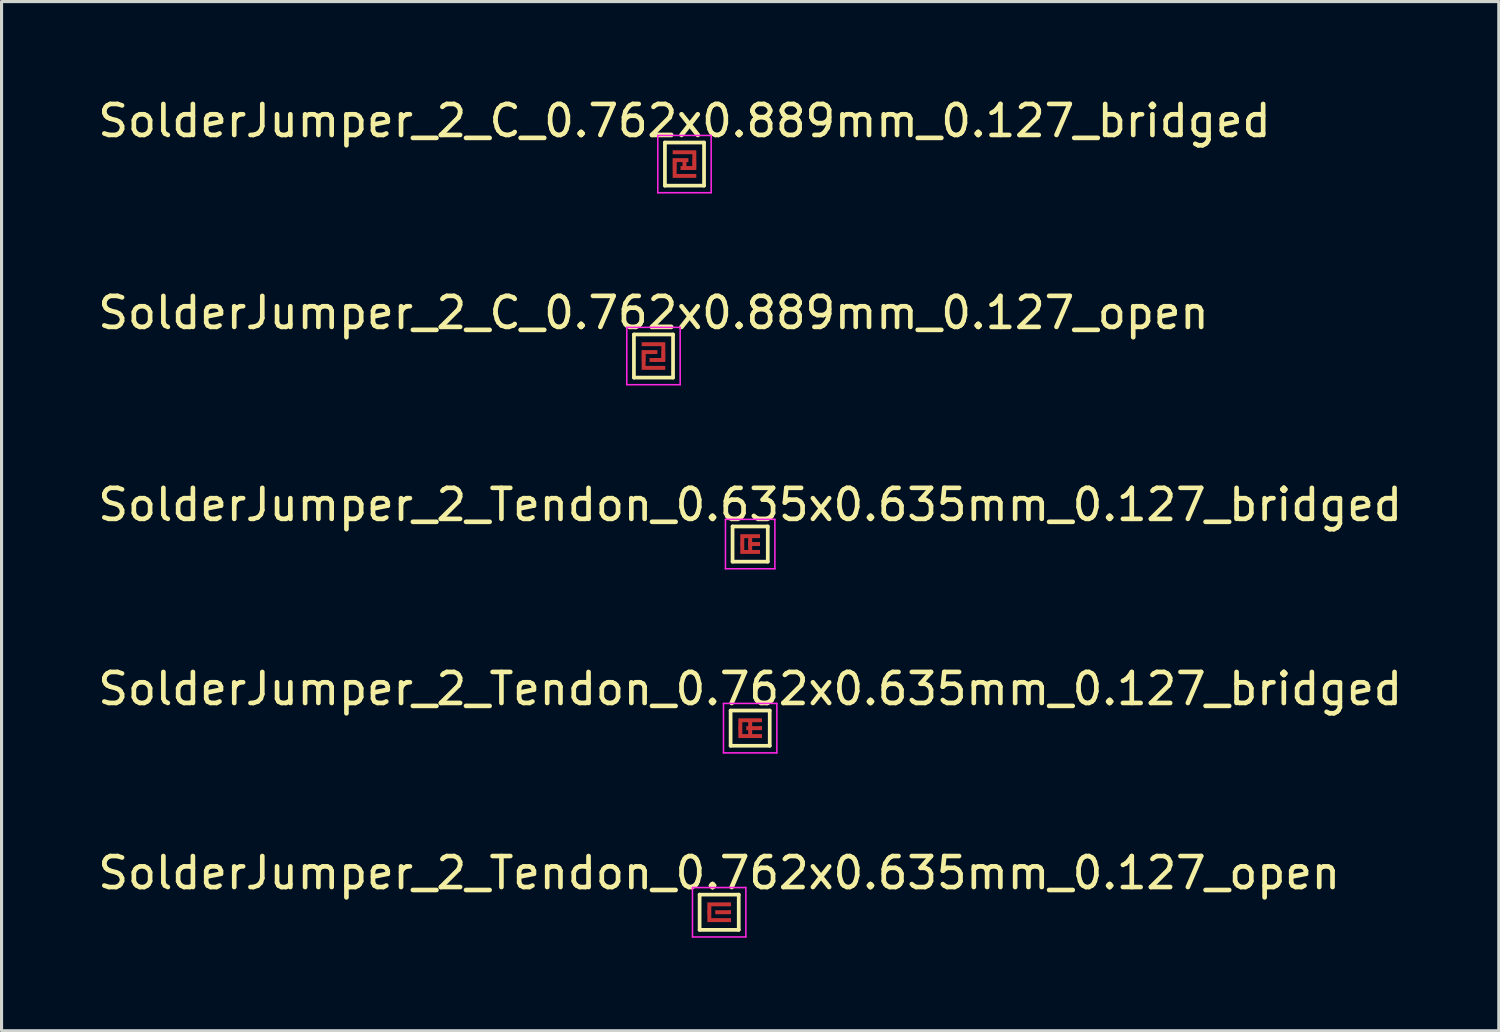
<source format=kicad_pcb>
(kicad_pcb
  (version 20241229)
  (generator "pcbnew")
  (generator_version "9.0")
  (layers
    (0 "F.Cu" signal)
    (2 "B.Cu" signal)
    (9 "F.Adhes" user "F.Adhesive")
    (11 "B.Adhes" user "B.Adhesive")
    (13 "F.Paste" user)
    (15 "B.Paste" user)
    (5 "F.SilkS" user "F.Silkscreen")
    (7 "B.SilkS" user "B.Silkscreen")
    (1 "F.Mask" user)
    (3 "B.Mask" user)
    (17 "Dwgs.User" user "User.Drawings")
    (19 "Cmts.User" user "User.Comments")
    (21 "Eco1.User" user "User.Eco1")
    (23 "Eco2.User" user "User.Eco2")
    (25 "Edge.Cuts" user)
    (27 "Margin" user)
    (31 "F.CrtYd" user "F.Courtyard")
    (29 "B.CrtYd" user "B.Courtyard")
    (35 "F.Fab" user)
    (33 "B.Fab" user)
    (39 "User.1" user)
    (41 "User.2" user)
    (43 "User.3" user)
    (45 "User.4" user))
  (footprint "SolderJumper_2_Tendon_0.762x0.635mm_0.127_open"
    (layer "F.Cu")
    (at 20.149 26.377)
    (property "Reference" "SolderJumper_2_Tendon_0.762x0.635mm_0.127_open" (at 0 -1.268 0) (layer "F.SilkS") (effects (font (size 1 1) (thickness 0.15))))
    (attr through_hole)
    (fp_poly (pts (xy -0.127 0.064) (xy 0.381 0.064) (xy 0.381 -0.064) (xy -0.127 -0.064)) (stroke (width 0) (type solid)) (fill yes) (layer "F.Cu"))
    (fp_poly (pts (xy -0.381 0.318) (xy 0.381 0.318) (xy 0.381 0.191) (xy -0.254 0.191) (xy -0.254 -0.191) (xy 0.381 -0.191) (xy 0.381 -0.318) (xy -0.381 -0.318)) (stroke (width 0) (type solid)) (fill yes) (layer "F.Cu"))
    (fp_poly (pts (xy 0.445 0.381) (xy -0.445 0.381) (xy -0.445 -0.381) (xy 0.445 -0.381)) (stroke (width 0) (type solid)) (fill yes) (layer "F.Mask"))
    (fp_line (start -0.631 -0.568) (end -0.631 0.568) (stroke (width 0.12) (type solid)) (layer "F.SilkS"))
    (fp_line (start -0.631 0.568) (end 0.631 0.568) (stroke (width 0.12) (type solid)) (layer "F.SilkS"))
    (fp_line (start 0.631 -0.568) (end -0.631 -0.568) (stroke (width 0.12) (type solid)) (layer "F.SilkS"))
    (fp_line (start 0.631 0.568) (end 0.631 -0.568) (stroke (width 0.12) (type solid)) (layer "F.SilkS"))
    (fp_line (start -0.861 -0.797) (end -0.861 0.797) (stroke (width 0.05) (type solid)) (layer "F.CrtYd"))
    (fp_line (start -0.861 0.797) (end 0.861 0.797) (stroke (width 0.05) (type solid)) (layer "F.CrtYd"))
    (fp_line (start 0.861 -0.797) (end -0.861 -0.797) (stroke (width 0.05) (type solid)) (layer "F.CrtYd"))
    (fp_line (start 0.861 0.797) (end 0.861 -0.797) (stroke (width 0.05) (type solid)) (layer "F.CrtYd"))
    (pad "1" smd rect (at -0.318 0) (size 0.114 0.114) (layers "F.Cu"))
    (pad "2" smd rect (at 0.318 0) (size 0.114 0.114) (layers "F.Cu")))
  (footprint "SolderJumper_2_Tendon_0.762x0.635mm_0.127_bridged"
    (layer "F.Cu")
    (at 21.149 20.439)
    (property "Reference" "SolderJumper_2_Tendon_0.762x0.635mm_0.127_bridged" (at 0 -1.268 0) (layer "F.SilkS") (effects (font (size 1 1) (thickness 0.15))))
    (attr through_hole)
    (fp_poly (pts (xy -0.127 0.064) (xy 0.381 0.064) (xy 0.381 -0.064) (xy -0.127 -0.064)) (stroke (width 0) (type solid)) (fill yes) (layer "F.Cu"))
    (fp_poly (pts (xy 0.064 0.254) (xy -0.064 0.254) (xy -0.064 -0.254) (xy 0.064 -0.254)) (stroke (width 0) (type solid)) (fill yes) (layer "F.Cu"))
    (fp_poly (pts (xy -0.381 0.318) (xy 0.381 0.318) (xy 0.381 0.191) (xy -0.254 0.191) (xy -0.254 -0.191) (xy 0.381 -0.191) (xy 0.381 -0.318) (xy -0.381 -0.318)) (stroke (width 0) (type solid)) (fill yes) (layer "F.Cu"))
    (fp_poly (pts (xy 0.445 0.381) (xy -0.445 0.381) (xy -0.445 -0.381) (xy 0.445 -0.381)) (stroke (width 0) (type solid)) (fill yes) (layer "F.Mask"))
    (fp_line (start -0.631 -0.568) (end -0.631 0.568) (stroke (width 0.12) (type solid)) (layer "F.SilkS"))
    (fp_line (start -0.631 0.568) (end 0.631 0.568) (stroke (width 0.12) (type solid)) (layer "F.SilkS"))
    (fp_line (start 0.631 -0.568) (end -0.631 -0.568) (stroke (width 0.12) (type solid)) (layer "F.SilkS"))
    (fp_line (start 0.631 0.568) (end 0.631 -0.568) (stroke (width 0.12) (type solid)) (layer "F.SilkS"))
    (fp_line (start -0.861 -0.797) (end -0.861 0.797) (stroke (width 0.05) (type solid)) (layer "F.CrtYd"))
    (fp_line (start -0.861 0.797) (end 0.861 0.797) (stroke (width 0.05) (type solid)) (layer "F.CrtYd"))
    (fp_line (start 0.861 -0.797) (end -0.861 -0.797) (stroke (width 0.05) (type solid)) (layer "F.CrtYd"))
    (fp_line (start 0.861 0.797) (end 0.861 -0.797) (stroke (width 0.05) (type solid)) (layer "F.CrtYd"))
    (pad "1" smd rect (at -0.318 0) (size 0.114 0.114) (layers "F.Cu"))
    (pad "2" smd rect (at 0.318 0) (size 0.114 0.114) (layers "F.Cu")))
  (footprint "SolderJumper_2_C_0.762x0.889mm_0.127_open"
    (layer "F.Cu")
    (at 18.03 8.435)
    (property "Reference" "SolderJumper_2_C_0.762x0.889mm_0.127_open" (at 0 -1.395 0) (layer "F.SilkS") (effects (font (size 1 1) (thickness 0.15))))
    (attr through_hole)
    (fp_poly (pts (xy -0.381 0.445) (xy 0.381 0.445) (xy 0.381 0.318) (xy -0.254 0.318) (xy -0.254 -0.064) (xy 0.127 -0.064) (xy 0.127 -0.191) (xy -0.381 -0.191)) (stroke (width 0) (type solid)) (fill yes) (layer "F.Cu"))
    (fp_poly (pts (xy 0.381 -0.445) (xy -0.381 -0.445) (xy -0.381 -0.318) (xy 0.254 -0.318) (xy 0.254 0.064) (xy -0.127 0.064) (xy -0.127 0.191) (xy 0.381 0.191)) (stroke (width 0) (type solid)) (fill yes) (layer "F.Cu"))
    (fp_poly (pts (xy 0.445 0.508) (xy -0.445 0.508) (xy -0.445 -0.508) (xy 0.445 -0.508)) (stroke (width 0) (type solid)) (fill yes) (layer "F.Mask"))
    (fp_line (start -0.631 -0.695) (end -0.631 0.695) (stroke (width 0.12) (type solid)) (layer "F.SilkS"))
    (fp_line (start -0.631 0.695) (end 0.631 0.695) (stroke (width 0.12) (type solid)) (layer "F.SilkS"))
    (fp_line (start 0.631 -0.695) (end -0.631 -0.695) (stroke (width 0.12) (type solid)) (layer "F.SilkS"))
    (fp_line (start 0.631 0.695) (end 0.631 -0.695) (stroke (width 0.12) (type solid)) (layer "F.SilkS"))
    (fp_line (start -0.861 -0.924) (end -0.861 0.924) (stroke (width 0.05) (type solid)) (layer "F.CrtYd"))
    (fp_line (start -0.861 0.924) (end 0.861 0.924) (stroke (width 0.05) (type solid)) (layer "F.CrtYd"))
    (fp_line (start 0.861 -0.924) (end -0.861 -0.924) (stroke (width 0.05) (type solid)) (layer "F.CrtYd"))
    (fp_line (start 0.861 0.924) (end 0.861 -0.924) (stroke (width 0.05) (type solid)) (layer "F.CrtYd"))
    (pad "1" smd rect (at -0.318 0) (size 0.114 0.343) (layers "F.Cu"))
    (pad "2" smd rect (at 0.318 0) (size 0.114 0.343) (layers "F.Cu")))
  (footprint "SolderJumper_2_Tendon_0.635x0.635mm_0.127_bridged"
    (layer "F.Cu")
    (at 21.149 14.5)
    (property "Reference" "SolderJumper_2_Tendon_0.635x0.635mm_0.127_bridged" (at 0 -1.268 0) (layer "F.SilkS") (effects (font (size 1 1) (thickness 0.15))))
    (attr through_hole)
    (fp_poly (pts (xy -0.064 0.064) (xy 0.318 0.064) (xy 0.318 -0.064) (xy -0.064 -0.064)) (stroke (width 0) (type solid)) (fill yes) (layer "F.Cu"))
    (fp_poly (pts (xy 0.064 0.254) (xy -0.064 0.254) (xy -0.064 -0.254) (xy 0.064 -0.254)) (stroke (width 0) (type solid)) (fill yes) (layer "F.Cu"))
    (fp_poly (pts (xy -0.318 0.318) (xy 0.318 0.318) (xy 0.318 0.191) (xy -0.191 0.191) (xy -0.191 -0.191) (xy 0.318 -0.191) (xy 0.318 -0.318) (xy -0.318 -0.318)) (stroke (width 0) (type solid)) (fill yes) (layer "F.Cu"))
    (fp_poly (pts (xy 0.381 0.381) (xy -0.381 0.381) (xy -0.381 -0.381) (xy 0.381 -0.381)) (stroke (width 0) (type solid)) (fill yes) (layer "F.Mask"))
    (fp_line (start -0.568 -0.568) (end -0.568 0.568) (stroke (width 0.12) (type solid)) (layer "F.SilkS"))
    (fp_line (start -0.568 0.568) (end 0.568 0.568) (stroke (width 0.12) (type solid)) (layer "F.SilkS"))
    (fp_line (start 0.568 -0.568) (end -0.568 -0.568) (stroke (width 0.12) (type solid)) (layer "F.SilkS"))
    (fp_line (start 0.568 0.568) (end 0.568 -0.568) (stroke (width 0.12) (type solid)) (layer "F.SilkS"))
    (fp_line (start -0.797 -0.797) (end -0.797 0.797) (stroke (width 0.05) (type solid)) (layer "F.CrtYd"))
    (fp_line (start -0.797 0.797) (end 0.797 0.797) (stroke (width 0.05) (type solid)) (layer "F.CrtYd"))
    (fp_line (start 0.797 -0.797) (end -0.797 -0.797) (stroke (width 0.05) (type solid)) (layer "F.CrtYd"))
    (fp_line (start 0.797 0.797) (end 0.797 -0.797) (stroke (width 0.05) (type solid)) (layer "F.CrtYd"))
    (pad "1" smd rect (at -0.254 0) (size 0.114 0.114) (layers "F.Cu"))
    (pad "2" smd rect (at 0.254 0) (size 0.114 0.114) (layers "F.Cu")))
  (footprint "SolderJumper_2_C_0.762x0.889mm_0.127_bridged"
    (layer "F.Cu")
    (at 19.03 2.243)
    (property "Reference" "SolderJumper_2_C_0.762x0.889mm_0.127_bridged" (at 0 -1.395 0) (layer "F.SilkS") (effects (font (size 1 1) (thickness 0.15))))
    (attr through_hole)
    (fp_poly (pts (xy 0.064 0.127) (xy -0.064 0.127) (xy -0.064 -0.127) (xy 0.064 -0.127)) (stroke (width 0) (type solid)) (fill yes) (layer "F.Cu"))
    (fp_poly (pts (xy -0.381 0.445) (xy 0.381 0.445) (xy 0.381 0.318) (xy -0.254 0.318) (xy -0.254 -0.064) (xy 0.127 -0.064) (xy 0.127 -0.191) (xy -0.381 -0.191)) (stroke (width 0) (type solid)) (fill yes) (layer "F.Cu"))
    (fp_poly (pts (xy 0.381 -0.445) (xy -0.381 -0.445) (xy -0.381 -0.318) (xy 0.254 -0.318) (xy 0.254 0.064) (xy -0.127 0.064) (xy -0.127 0.191) (xy 0.381 0.191)) (stroke (width 0) (type solid)) (fill yes) (layer "F.Cu"))
    (fp_poly (pts (xy 0.445 0.508) (xy -0.445 0.508) (xy -0.445 -0.508) (xy 0.445 -0.508)) (stroke (width 0) (type solid)) (fill yes) (layer "F.Mask"))
    (fp_line (start -0.631 -0.695) (end -0.631 0.695) (stroke (width 0.12) (type solid)) (layer "F.SilkS"))
    (fp_line (start -0.631 0.695) (end 0.631 0.695) (stroke (width 0.12) (type solid)) (layer "F.SilkS"))
    (fp_line (start 0.631 -0.695) (end -0.631 -0.695) (stroke (width 0.12) (type solid)) (layer "F.SilkS"))
    (fp_line (start 0.631 0.695) (end 0.631 -0.695) (stroke (width 0.12) (type solid)) (layer "F.SilkS"))
    (fp_line (start -0.861 -0.924) (end -0.861 0.924) (stroke (width 0.05) (type solid)) (layer "F.CrtYd"))
    (fp_line (start -0.861 0.924) (end 0.861 0.924) (stroke (width 0.05) (type solid)) (layer "F.CrtYd"))
    (fp_line (start 0.861 -0.924) (end -0.861 -0.924) (stroke (width 0.05) (type solid)) (layer "F.CrtYd"))
    (fp_line (start 0.861 0.924) (end 0.861 -0.924) (stroke (width 0.05) (type solid)) (layer "F.CrtYd"))
    (pad "1" smd rect (at -0.318 0) (size 0.114 0.343) (layers "F.Cu"))
    (pad "2" smd rect (at 0.318 0) (size 0.114 0.343) (layers "F.Cu")))
  (gr_rect
    (start -3 -3)
    (end 45.298 30.199)
    (stroke (width 0.1) (type default))
    (fill no)
    (layer "Edge.Cuts")))
</source>
